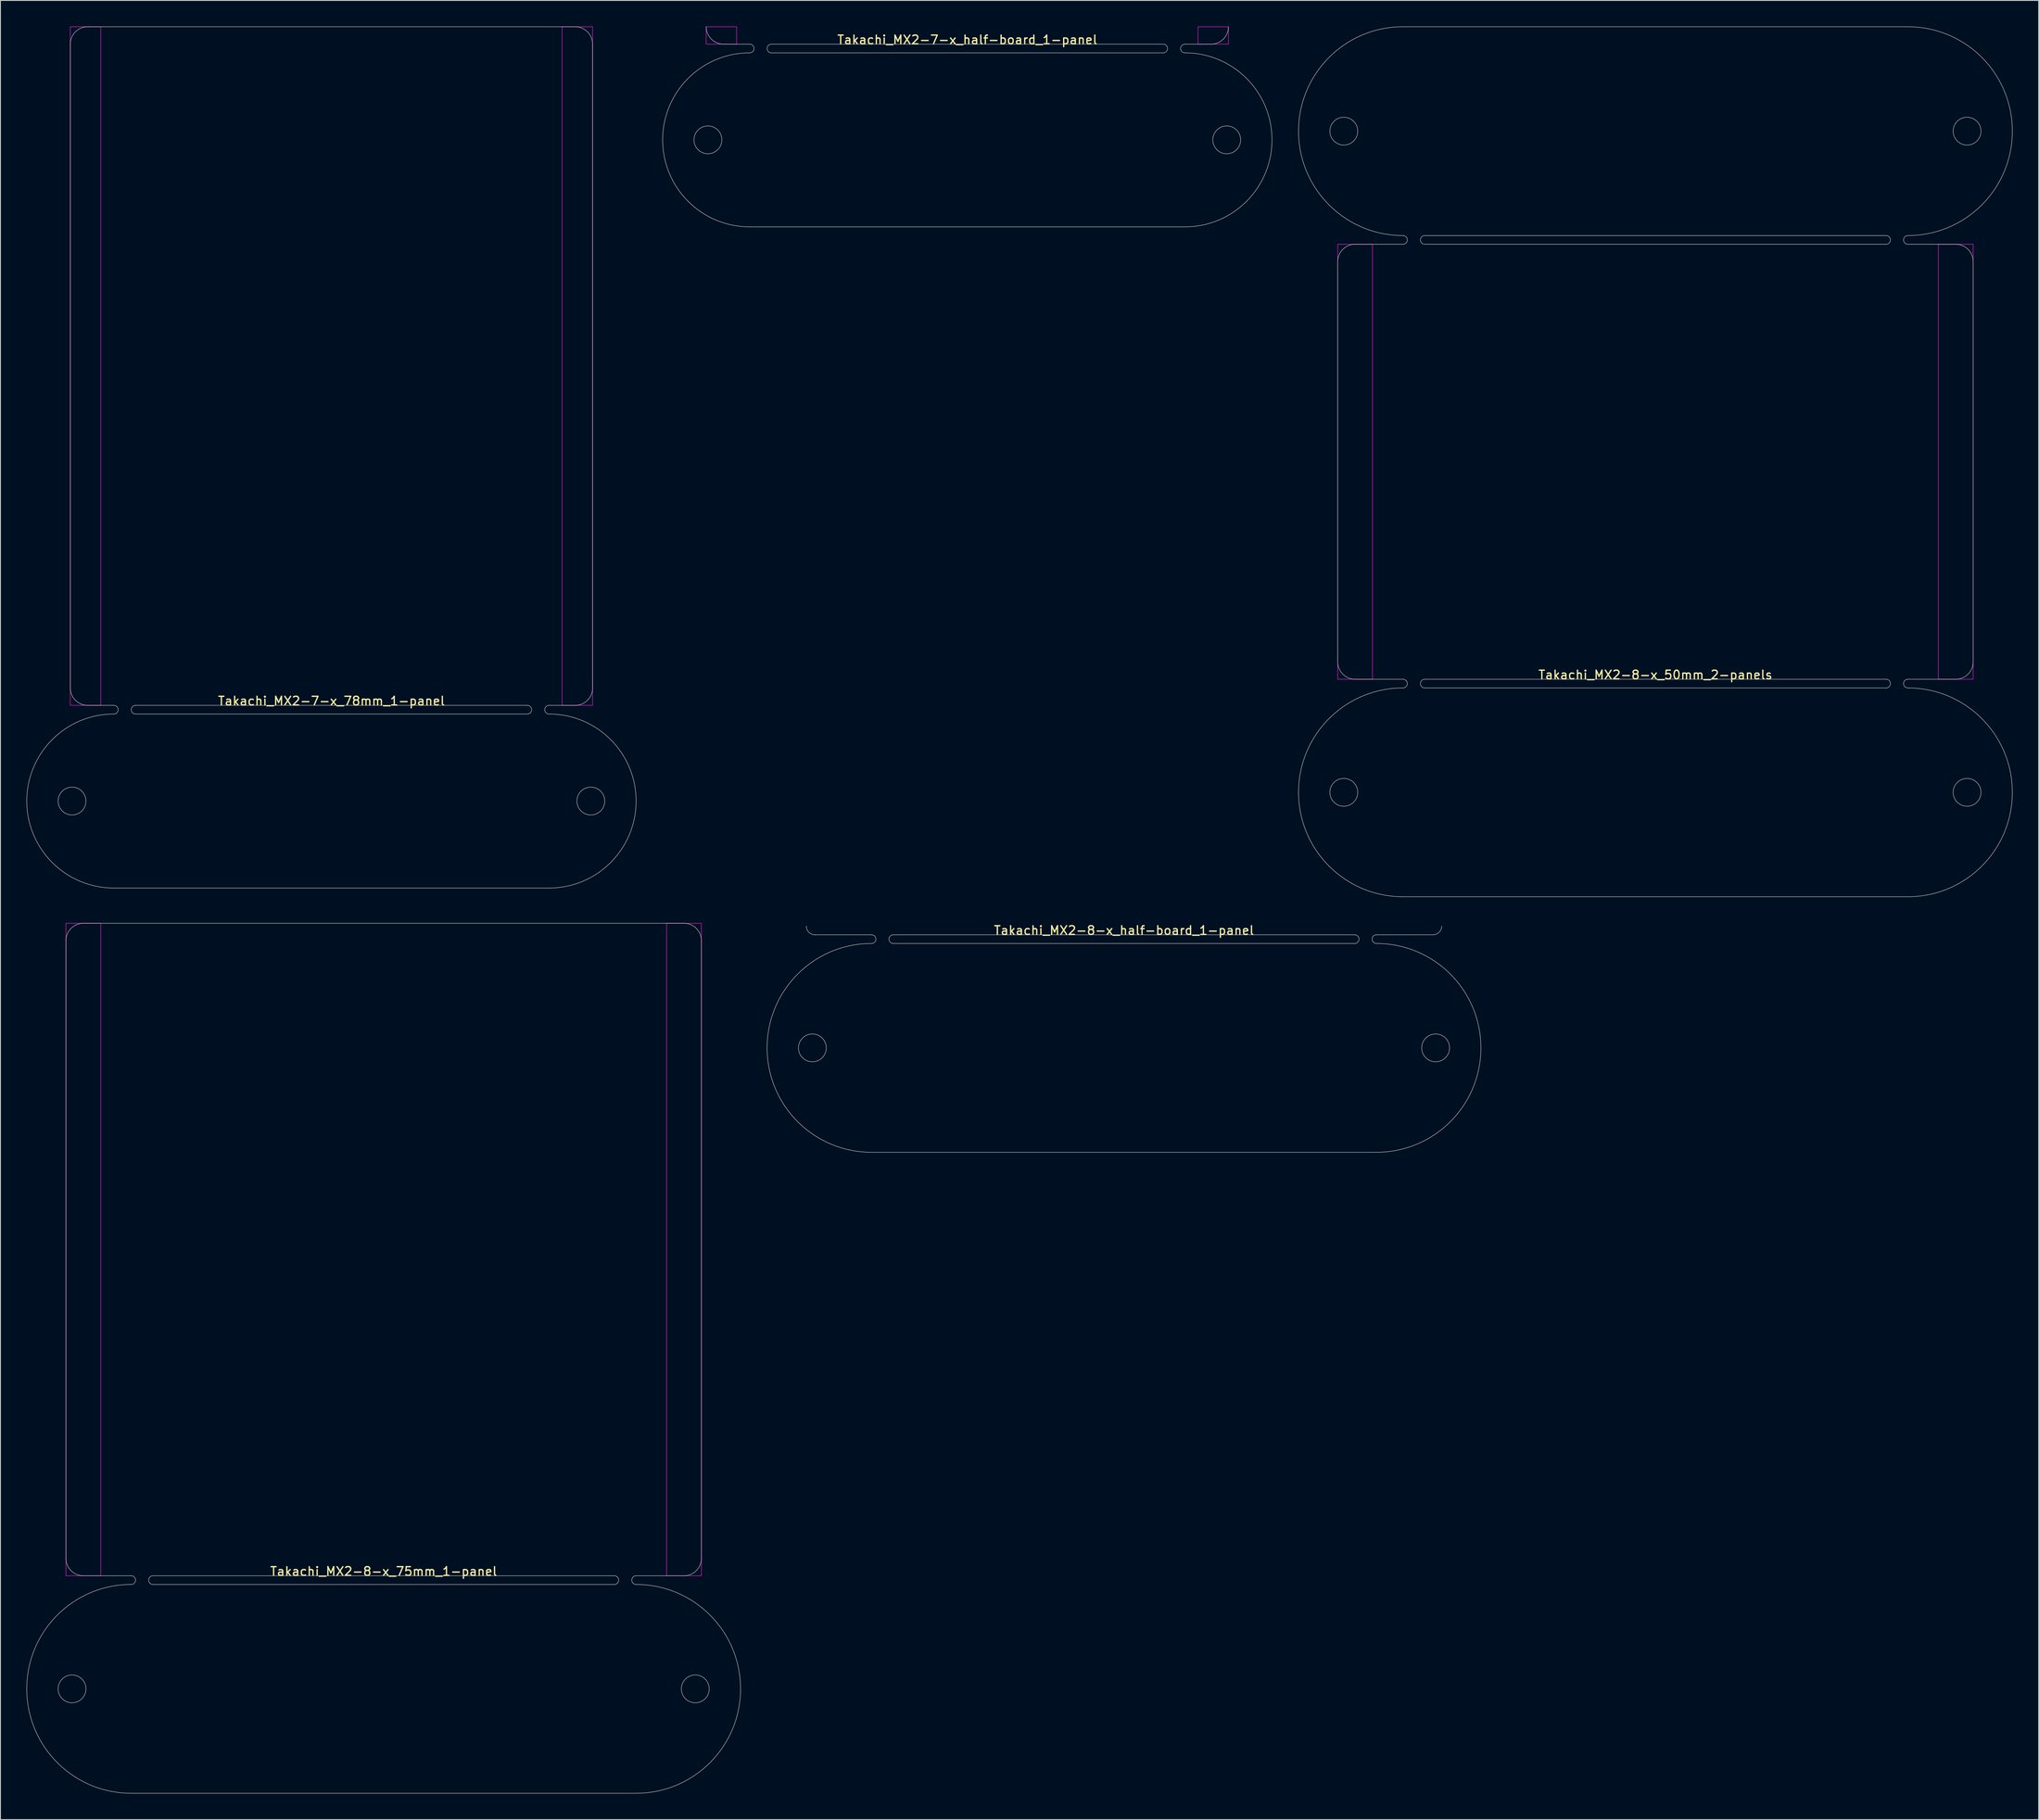
<source format=kicad_pcb>
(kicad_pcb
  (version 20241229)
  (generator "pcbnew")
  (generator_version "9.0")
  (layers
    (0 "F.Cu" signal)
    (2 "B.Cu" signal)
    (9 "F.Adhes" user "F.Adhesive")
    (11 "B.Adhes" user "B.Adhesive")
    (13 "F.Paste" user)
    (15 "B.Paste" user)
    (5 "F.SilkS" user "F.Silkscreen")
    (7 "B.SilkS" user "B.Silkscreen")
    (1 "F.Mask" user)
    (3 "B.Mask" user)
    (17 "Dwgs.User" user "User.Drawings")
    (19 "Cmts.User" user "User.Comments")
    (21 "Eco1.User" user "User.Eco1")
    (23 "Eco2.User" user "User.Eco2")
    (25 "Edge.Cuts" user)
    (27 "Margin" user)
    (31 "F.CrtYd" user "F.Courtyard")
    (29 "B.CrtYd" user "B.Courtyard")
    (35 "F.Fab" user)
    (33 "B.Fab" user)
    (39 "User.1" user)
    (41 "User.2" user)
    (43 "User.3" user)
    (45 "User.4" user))
  (footprint "Takachi_MX2-8-x_50mm_2-panels"
    (layer "F.Cu")
    (at 187.125 75.025)
    (property "Reference" "Takachi_MX2-8-x_50mm_2-panels" (at 0 -0.5 0) (unlocked yes) (layer "F.SilkS") (effects (font (size 1 1) (thickness 0.15))))
    (attr board_only exclude_from_pos_files exclude_from_bom allow_missing_courtyard)
    (fp_line (start -36.5 -2) (end -36.5 -48) (stroke (width 0.05) (type default)) (layer "Edge.Cuts"))
    (fp_line (start -34.5 -50) (end -29 -50) (stroke (width 0.05) (type default)) (layer "Edge.Cuts"))
    (fp_line (start -29 -75) (end 29 -75) (stroke (width 0.05) (type default)) (layer "Edge.Cuts"))
    (fp_line (start -29 0) (end -34.5 0) (stroke (width 0.05) (type default)) (layer "Edge.Cuts"))
    (fp_line (start -29 25) (end 29 25) (stroke (width 0.05) (type default)) (layer "Edge.Cuts"))
    (fp_line (start -26.5 -51) (end 26.5 -51) (stroke (width 0.05) (type default)) (layer "Edge.Cuts"))
    (fp_line (start -26.5 -50) (end 26.5 -50) (stroke (width 0.05) (type default)) (layer "Edge.Cuts"))
    (fp_line (start -26.5 0) (end 26.5 0) (stroke (width 0.05) (type default)) (layer "Edge.Cuts"))
    (fp_line (start -26.5 1) (end 26.5 1) (stroke (width 0.05) (type default)) (layer "Edge.Cuts"))
    (fp_line (start 29 -50) (end 34.5 -50) (stroke (width 0.05) (type default)) (layer "Edge.Cuts"))
    (fp_line (start 34.5 0) (end 29 0) (stroke (width 0.05) (type default)) (layer "Edge.Cuts"))
    (fp_line (start 36.5 -48) (end 36.5 -2) (stroke (width 0.05) (type default)) (layer "Edge.Cuts"))
    (fp_arc (start -36.499999 -47.999999) (mid -35.914213 -49.414213) (end -34.499999 -49.999999) (stroke (width 0.05) (type default)) (layer "Edge.Cuts"))
    (fp_arc (start -34.5 0) (mid -35.914214 -0.585787) (end -36.5 -2.000001) (stroke (width 0.05) (type default)) (layer "Edge.Cuts"))
    (fp_arc (start -29 -51) (mid -41 -63) (end -29 -75) (stroke (width 0.05) (type default)) (layer "Edge.Cuts"))
    (fp_arc (start -29 -51) (mid -28.5 -50.5) (end -29 -50) (stroke (width 0.05) (type default)) (layer "Edge.Cuts"))
    (fp_arc (start -29 0) (mid -28.5 0.5) (end -29 1) (stroke (width 0.05) (type default)) (layer "Edge.Cuts"))
    (fp_arc (start -29 25) (mid -41 13) (end -29 1) (stroke (width 0.05) (type default)) (layer "Edge.Cuts"))
    (fp_arc (start -26.5 -50) (mid -27 -50.5) (end -26.5 -51) (stroke (width 0.05) (type default)) (layer "Edge.Cuts"))
    (fp_arc (start -26.5 1) (mid -27 0.5) (end -26.5 0) (stroke (width 0.05) (type default)) (layer "Edge.Cuts"))
    (fp_arc (start 26.5 -51) (mid 27 -50.5) (end 26.5 -50) (stroke (width 0.05) (type default)) (layer "Edge.Cuts"))
    (fp_arc (start 26.5 0) (mid 27 0.5) (end 26.5 1) (stroke (width 0.05) (type default)) (layer "Edge.Cuts"))
    (fp_arc (start 29 -75) (mid 41 -63) (end 29 -51) (stroke (width 0.05) (type default)) (layer "Edge.Cuts"))
    (fp_arc (start 29 -50) (mid 28.5 -50.5) (end 29 -51) (stroke (width 0.05) (type default)) (layer "Edge.Cuts"))
    (fp_arc (start 29 1) (mid 28.5 0.5) (end 29 0) (stroke (width 0.05) (type default)) (layer "Edge.Cuts"))
    (fp_arc (start 29 1) (mid 41 13) (end 29 25) (stroke (width 0.05) (type default)) (layer "Edge.Cuts"))
    (fp_arc (start 34.5 -50) (mid 35.914214 -49.414214) (end 36.5 -48) (stroke (width 0.05) (type default)) (layer "Edge.Cuts"))
    (fp_arc (start 36.5 -2) (mid 35.914214 -0.585786) (end 34.5 0) (stroke (width 0.05) (type default)) (layer "Edge.Cuts"))
    (fp_circle (center -35.8 -63) (end -34.2 -63) (stroke (width 0.05) (type default)) (fill no) (layer "Edge.Cuts"))
    (fp_circle (center -35.8 13) (end -34.2 13) (stroke (width 0.05) (type default)) (fill no) (layer "Edge.Cuts"))
    (fp_circle (center 35.8 -63) (end 37.4 -63) (stroke (width 0.05) (type default)) (fill no) (layer "Edge.Cuts"))
    (fp_circle (center 35.8 13) (end 37.4 13) (stroke (width 0.05) (type default)) (fill no) (layer "Edge.Cuts"))
    (fp_rect (start -36.5 -50) (end -32.5 0) (stroke (width 0.05) (type default)) (fill no) (layer "F.CrtYd"))
    (fp_rect (start 36.5 -50) (end 32.5 0) (stroke (width 0.05) (type default)) (fill no) (layer "F.CrtYd")))
  (footprint "Takachi_MX2-8-x_half-board_1-panel"
    (layer "F.Cu")
    (at 126.075 104.398)
    (property "Reference" "Takachi_MX2-8-x_half-board_1-panel" (at 0 -0.5 0) (unlocked yes) (layer "F.SilkS") (effects (font (size 1 1) (thickness 0.15))))
    (attr board_only exclude_from_pos_files exclude_from_bom allow_missing_courtyard)
    (fp_line (start -29 0) (end -35.5 0) (stroke (width 0.05) (type default)) (layer "Edge.Cuts"))
    (fp_line (start -29 25) (end 29 25) (stroke (width 0.05) (type default)) (layer "Edge.Cuts"))
    (fp_line (start -26.5 0) (end 26.5 0) (stroke (width 0.05) (type default)) (layer "Edge.Cuts"))
    (fp_line (start -26.5 1) (end 26.5 1) (stroke (width 0.05) (type default)) (layer "Edge.Cuts"))
    (fp_line (start 35.5 0) (end 29 0) (stroke (width 0.05) (type default)) (layer "Edge.Cuts"))
    (fp_arc (start -35.5 0) (mid -36.207107 -0.292893) (end -36.5 -1) (stroke (width 0.05) (type default)) (layer "Edge.Cuts"))
    (fp_arc (start -29 0) (mid -28.5 0.5) (end -29 1) (stroke (width 0.05) (type default)) (layer "Edge.Cuts"))
    (fp_arc (start -29 25) (mid -41 13) (end -29 1) (stroke (width 0.05) (type default)) (layer "Edge.Cuts"))
    (fp_arc (start -26.5 1) (mid -27 0.5) (end -26.5 0) (stroke (width 0.05) (type default)) (layer "Edge.Cuts"))
    (fp_arc (start 26.5 0) (mid 27 0.5) (end 26.5 1) (stroke (width 0.05) (type default)) (layer "Edge.Cuts"))
    (fp_arc (start 29 1) (mid 28.5 0.5) (end 29 0) (stroke (width 0.05) (type default)) (layer "Edge.Cuts"))
    (fp_arc (start 29 1) (mid 41 13) (end 29 25) (stroke (width 0.05) (type default)) (layer "Edge.Cuts"))
    (fp_arc (start 36.5 -1) (mid 36.207107 -0.292893) (end 35.5 0) (stroke (width 0.05) (type default)) (layer "Edge.Cuts"))
    (fp_circle (center -35.8 13) (end -34.2 13) (stroke (width 0.05) (type default)) (fill no) (layer "Edge.Cuts"))
    (fp_circle (center 35.8 13) (end 37.4 13) (stroke (width 0.05) (type default)) (fill no) (layer "Edge.Cuts")))
  (footprint "Takachi_MX2-8-x_75mm_1-panel"
    (layer "F.Cu")
    (at 41.025 178.075)
    (property "Reference" "Takachi_MX2-8-x_75mm_1-panel" (at 0 -0.5 0) (unlocked yes) (layer "F.SilkS") (effects (font (size 1 1) (thickness 0.15))))
    (attr board_only exclude_from_pos_files exclude_from_bom allow_missing_courtyard)
    (fp_line (start -36.5 -2) (end -36.5 -73) (stroke (width 0.05) (type default)) (layer "Edge.Cuts"))
    (fp_line (start -34.5 -75) (end 34.5 -75) (stroke (width 0.05) (type default)) (layer "Edge.Cuts"))
    (fp_line (start -29 0) (end -34.5 0) (stroke (width 0.05) (type default)) (layer "Edge.Cuts"))
    (fp_line (start -29 25) (end 29 25) (stroke (width 0.05) (type default)) (layer "Edge.Cuts"))
    (fp_line (start -26.5 0) (end 26.5 0) (stroke (width 0.05) (type default)) (layer "Edge.Cuts"))
    (fp_line (start -26.5 1) (end 26.5 1) (stroke (width 0.05) (type default)) (layer "Edge.Cuts"))
    (fp_line (start 34.5 0) (end 29 0) (stroke (width 0.05) (type default)) (layer "Edge.Cuts"))
    (fp_line (start 36.5 -73) (end 36.5 -2) (stroke (width 0.05) (type default)) (layer "Edge.Cuts"))
    (fp_arc (start -36.5 -73) (mid -35.914214 -74.414214) (end -34.5 -75) (stroke (width 0.05) (type default)) (layer "Edge.Cuts"))
    (fp_arc (start -34.5 0) (mid -35.914214 -0.585787) (end -36.5 -2.000001) (stroke (width 0.05) (type default)) (layer "Edge.Cuts"))
    (fp_arc (start -29 0) (mid -28.5 0.5) (end -29 1) (stroke (width 0.05) (type default)) (layer "Edge.Cuts"))
    (fp_arc (start -29 25) (mid -41 13) (end -29 1) (stroke (width 0.05) (type default)) (layer "Edge.Cuts"))
    (fp_arc (start -26.5 1) (mid -27 0.5) (end -26.5 0) (stroke (width 0.05) (type default)) (layer "Edge.Cuts"))
    (fp_arc (start 26.5 0) (mid 27 0.5) (end 26.5 1) (stroke (width 0.05) (type default)) (layer "Edge.Cuts"))
    (fp_arc (start 29 1) (mid 28.5 0.5) (end 29 0) (stroke (width 0.05) (type default)) (layer "Edge.Cuts"))
    (fp_arc (start 29 1) (mid 41 13) (end 29 25) (stroke (width 0.05) (type default)) (layer "Edge.Cuts"))
    (fp_arc (start 34.5 -75) (mid 35.914214 -74.414214) (end 36.5 -73) (stroke (width 0.05) (type default)) (layer "Edge.Cuts"))
    (fp_arc (start 36.5 -2) (mid 35.914214 -0.585786) (end 34.5 0) (stroke (width 0.05) (type default)) (layer "Edge.Cuts"))
    (fp_circle (center -35.8 13) (end -34.2 13) (stroke (width 0.05) (type default)) (fill no) (layer "Edge.Cuts"))
    (fp_circle (center 35.8 13) (end 37.4 13) (stroke (width 0.05) (type default)) (fill no) (layer "Edge.Cuts"))
    (fp_rect (start -36.5 -75) (end -32.5 0) (stroke (width 0.05) (type default)) (fill no) (layer "F.CrtYd"))
    (fp_rect (start 36.5 -75) (end 32.5 0) (stroke (width 0.05) (type default)) (fill no) (layer "F.CrtYd")))
  (footprint "Takachi_MX2-7-x_half-board_1-panel"
    (layer "F.Cu")
    (at 108.075 2.025)
    (property "Reference" "Takachi_MX2-7-x_half-board_1-panel" (at 0 -0.5 0) (unlocked yes) (layer "F.SilkS") (effects (font (size 1 1) (thickness 0.15))))
    (attr board_only exclude_from_pos_files exclude_from_bom allow_missing_courtyard)
    (fp_line (start -25 0) (end -28 0) (stroke (width 0.05) (type default)) (layer "Edge.Cuts"))
    (fp_line (start -25 21) (end 25 21) (stroke (width 0.05) (type default)) (layer "Edge.Cuts"))
    (fp_line (start -22.5 0) (end 22.5 0) (stroke (width 0.05) (type default)) (layer "Edge.Cuts"))
    (fp_line (start -22.5 1) (end 22.5 1) (stroke (width 0.05) (type default)) (layer "Edge.Cuts"))
    (fp_line (start 28 0) (end 25 0) (stroke (width 0.05) (type default)) (layer "Edge.Cuts"))
    (fp_arc (start -28 0) (mid -29.414214 -0.585787) (end -30 -2.000001) (stroke (width 0.05) (type default)) (layer "Edge.Cuts"))
    (fp_arc (start -25 0) (mid -24.5 0.5) (end -25 1) (stroke (width 0.05) (type default)) (layer "Edge.Cuts"))
    (fp_arc (start -25 21) (mid -35 11) (end -25 1) (stroke (width 0.05) (type default)) (layer "Edge.Cuts"))
    (fp_arc (start -22.5 1) (mid -23 0.5) (end -22.5 0) (stroke (width 0.05) (type default)) (layer "Edge.Cuts"))
    (fp_arc (start 22.5 0) (mid 23 0.5) (end 22.5 1) (stroke (width 0.05) (type default)) (layer "Edge.Cuts"))
    (fp_arc (start 25 1) (mid 24.5 0.5) (end 25 0) (stroke (width 0.05) (type default)) (layer "Edge.Cuts"))
    (fp_arc (start 25 1) (mid 35 11) (end 25 21) (stroke (width 0.05) (type default)) (layer "Edge.Cuts"))
    (fp_arc (start 30 -2) (mid 29.414214 -0.585786) (end 28 0) (stroke (width 0.05) (type default)) (layer "Edge.Cuts"))
    (fp_circle (center -29.8 11) (end -28.2 11) (stroke (width 0.05) (type default)) (fill no) (layer "Edge.Cuts"))
    (fp_circle (center 29.8 11) (end 31.4 11) (stroke (width 0.05) (type default)) (fill no) (layer "Edge.Cuts"))
    (fp_rect (start -30 -2) (end -26.5 0) (stroke (width 0.05) (type default)) (fill no) (layer "F.CrtYd"))
    (fp_rect (start 26.5 -2) (end 30 0) (stroke (width 0.05) (type default)) (fill no) (layer "F.CrtYd")))
  (footprint "Takachi_MX2-7-x_78mm_1-panel"
    (layer "F.Cu")
    (at 35.025 78.025)
    (property "Reference" "Takachi_MX2-7-x_78mm_1-panel" (at 0 -0.5 0) (unlocked yes) (layer "F.SilkS") (effects (font (size 1 1) (thickness 0.15))))
    (attr board_only exclude_from_pos_files exclude_from_bom allow_missing_courtyard)
    (fp_line (start -30 -2) (end -30 -76) (stroke (width 0.05) (type default)) (layer "Edge.Cuts"))
    (fp_line (start -28 -78) (end 28 -78) (stroke (width 0.05) (type default)) (layer "Edge.Cuts"))
    (fp_line (start -25 0) (end -28 0) (stroke (width 0.05) (type default)) (layer "Edge.Cuts"))
    (fp_line (start -25 21) (end 25 21) (stroke (width 0.05) (type default)) (layer "Edge.Cuts"))
    (fp_line (start -22.5 0) (end 22.5 0) (stroke (width 0.05) (type default)) (layer "Edge.Cuts"))
    (fp_line (start -22.5 1) (end 22.5 1) (stroke (width 0.05) (type default)) (layer "Edge.Cuts"))
    (fp_line (start 28 0) (end 25 0) (stroke (width 0.05) (type default)) (layer "Edge.Cuts"))
    (fp_line (start 30 -76) (end 30 -2) (stroke (width 0.05) (type default)) (layer "Edge.Cuts"))
    (fp_arc (start -30 -75.999999) (mid -29.414214 -77.414213) (end -28 -78) (stroke (width 0.05) (type default)) (layer "Edge.Cuts"))
    (fp_arc (start -28 0) (mid -29.414214 -0.585787) (end -30 -2.000001) (stroke (width 0.05) (type default)) (layer "Edge.Cuts"))
    (fp_arc (start -25 0) (mid -24.5 0.5) (end -25 1) (stroke (width 0.05) (type default)) (layer "Edge.Cuts"))
    (fp_arc (start -25 21) (mid -35 11) (end -25 1) (stroke (width 0.05) (type default)) (layer "Edge.Cuts"))
    (fp_arc (start -22.5 1) (mid -23 0.5) (end -22.5 0) (stroke (width 0.05) (type default)) (layer "Edge.Cuts"))
    (fp_arc (start 22.5 0) (mid 23 0.5) (end 22.5 1) (stroke (width 0.05) (type default)) (layer "Edge.Cuts"))
    (fp_arc (start 25 1) (mid 24.5 0.5) (end 25 0) (stroke (width 0.05) (type default)) (layer "Edge.Cuts"))
    (fp_arc (start 25 1) (mid 35 11) (end 25 21) (stroke (width 0.05) (type default)) (layer "Edge.Cuts"))
    (fp_arc (start 28 -78) (mid 29.414214 -77.414214) (end 30 -76) (stroke (width 0.05) (type default)) (layer "Edge.Cuts"))
    (fp_arc (start 30 -2) (mid 29.414214 -0.585786) (end 28 0) (stroke (width 0.05) (type default)) (layer "Edge.Cuts"))
    (fp_circle (center -29.8 11) (end -28.2 11) (stroke (width 0.05) (type default)) (fill no) (layer "Edge.Cuts"))
    (fp_circle (center 29.8 11) (end 31.4 11) (stroke (width 0.05) (type default)) (fill no) (layer "Edge.Cuts"))
    (fp_rect (start -30 -78) (end -26.5 0) (stroke (width 0.05) (type default)) (fill no) (layer "F.CrtYd"))
    (fp_rect (start 26.5 -78) (end 30 0) (stroke (width 0.05) (type default)) (fill no) (layer "F.CrtYd")))
  (gr_rect
    (start -3 -3)
    (end 231.15 206.1)
    (stroke (width 0.1) (type default))
    (fill no)
    (layer "Edge.Cuts")))
</source>
